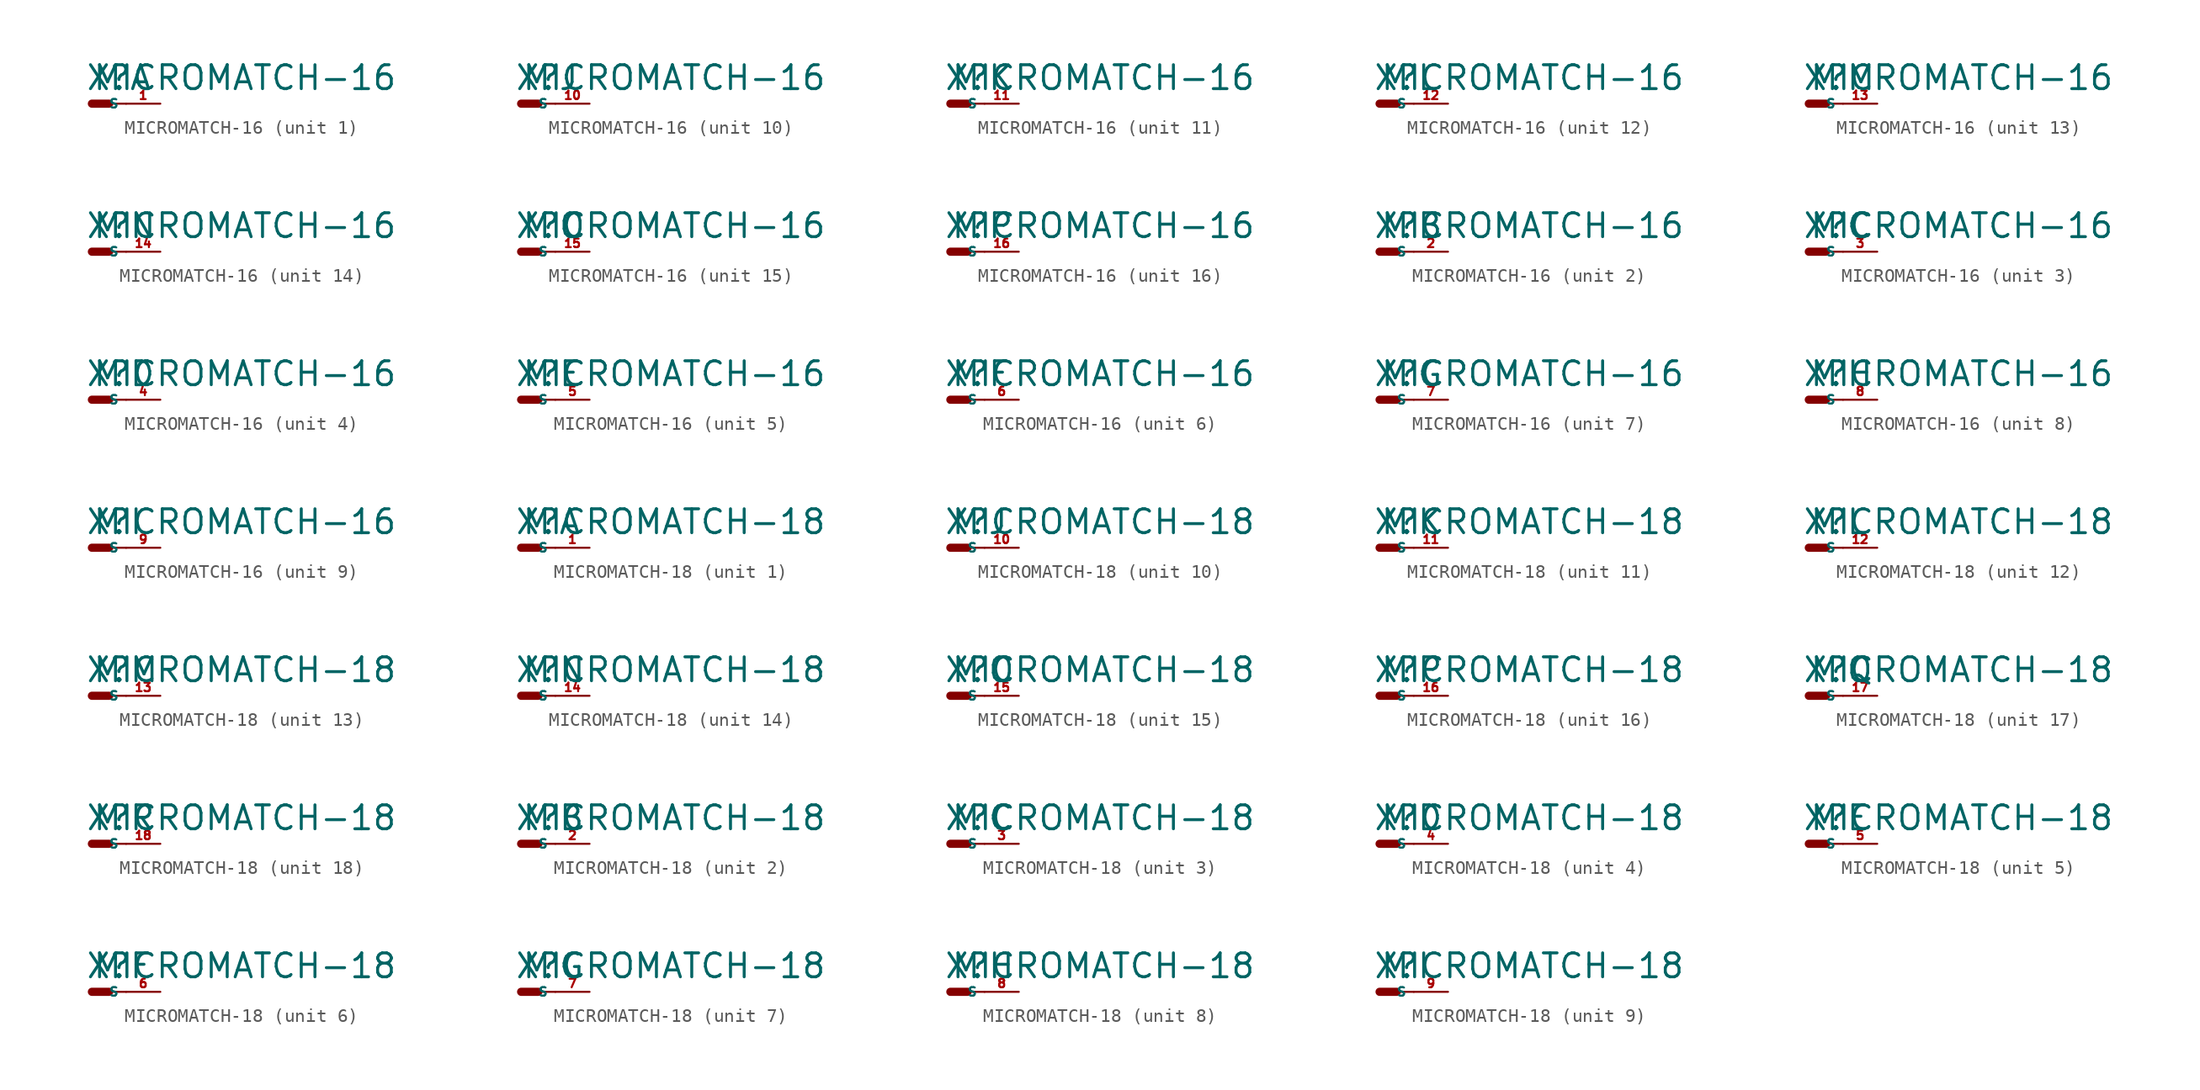
<source format=kicad_sym>
(kicad_symbol_lib
  (version 20220914)
  (generator Eagle2Kicad)
  (symbol "MICROMATCH-16"
    (property "Reference" "X"
      (at -0.508 0.889 0)
      (effects (font (size 1.778 1.778) (thickness 0.22)) (justify left bottom)))
    (property "Value" "MICROMATCH-16"
      (at 0 0.889 0)
      (effects (font (size 1.778 1.778) (thickness 0.22)) (justify left bottom)))
    (symbol "MICROMATCH-16_1_0"
      (polyline (pts (xy 1.27 0) (xy 2.54 0)) (stroke (width 0.152) (type default)) (fill (type none)))
      (polyline (pts (xy 0 0) (xy 1.27 0)) (stroke (width 0.61) (type default)) (fill (type none)))
      (pin passive line (at 5.08 0 180) (length 2.54) (name "S" (effects (font (size 0.635 0.635) (thickness 0.08)) (justify left bottom))) (number "1" (effects (font (size 0.635 0.635) (thickness 0.08)) (justify left bottom)))))
    (symbol "MICROMATCH-16_2_0"
      (polyline (pts (xy 1.27 0) (xy 2.54 0)) (stroke (width 0.152) (type default)) (fill (type none)))
      (polyline (pts (xy 0 0) (xy 1.27 0)) (stroke (width 0.61) (type default)) (fill (type none)))
      (pin passive line (at 5.08 0 180) (length 2.54) (name "S" (effects (font (size 0.635 0.635) (thickness 0.08)) (justify left bottom))) (number "2" (effects (font (size 0.635 0.635) (thickness 0.08)) (justify left bottom)))))
    (symbol "MICROMATCH-16_3_0"
      (polyline (pts (xy 1.27 0) (xy 2.54 0)) (stroke (width 0.152) (type default)) (fill (type none)))
      (polyline (pts (xy 0 0) (xy 1.27 0)) (stroke (width 0.61) (type default)) (fill (type none)))
      (pin passive line (at 5.08 0 180) (length 2.54) (name "S" (effects (font (size 0.635 0.635) (thickness 0.08)) (justify left bottom))) (number "3" (effects (font (size 0.635 0.635) (thickness 0.08)) (justify left bottom)))))
    (symbol "MICROMATCH-16_4_0"
      (polyline (pts (xy 1.27 0) (xy 2.54 0)) (stroke (width 0.152) (type default)) (fill (type none)))
      (polyline (pts (xy 0 0) (xy 1.27 0)) (stroke (width 0.61) (type default)) (fill (type none)))
      (pin passive line (at 5.08 0 180) (length 2.54) (name "S" (effects (font (size 0.635 0.635) (thickness 0.08)) (justify left bottom))) (number "4" (effects (font (size 0.635 0.635) (thickness 0.08)) (justify left bottom)))))
    (symbol "MICROMATCH-16_5_0"
      (polyline (pts (xy 1.27 0) (xy 2.54 0)) (stroke (width 0.152) (type default)) (fill (type none)))
      (polyline (pts (xy 0 0) (xy 1.27 0)) (stroke (width 0.61) (type default)) (fill (type none)))
      (pin passive line (at 5.08 0 180) (length 2.54) (name "S" (effects (font (size 0.635 0.635) (thickness 0.08)) (justify left bottom))) (number "5" (effects (font (size 0.635 0.635) (thickness 0.08)) (justify left bottom)))))
    (symbol "MICROMATCH-16_6_0"
      (polyline (pts (xy 1.27 0) (xy 2.54 0)) (stroke (width 0.152) (type default)) (fill (type none)))
      (polyline (pts (xy 0 0) (xy 1.27 0)) (stroke (width 0.61) (type default)) (fill (type none)))
      (pin passive line (at 5.08 0 180) (length 2.54) (name "S" (effects (font (size 0.635 0.635) (thickness 0.08)) (justify left bottom))) (number "6" (effects (font (size 0.635 0.635) (thickness 0.08)) (justify left bottom)))))
    (symbol "MICROMATCH-16_7_0"
      (polyline (pts (xy 1.27 0) (xy 2.54 0)) (stroke (width 0.152) (type default)) (fill (type none)))
      (polyline (pts (xy 0 0) (xy 1.27 0)) (stroke (width 0.61) (type default)) (fill (type none)))
      (pin passive line (at 5.08 0 180) (length 2.54) (name "S" (effects (font (size 0.635 0.635) (thickness 0.08)) (justify left bottom))) (number "7" (effects (font (size 0.635 0.635) (thickness 0.08)) (justify left bottom)))))
    (symbol "MICROMATCH-16_8_0"
      (polyline (pts (xy 1.27 0) (xy 2.54 0)) (stroke (width 0.152) (type default)) (fill (type none)))
      (polyline (pts (xy 0 0) (xy 1.27 0)) (stroke (width 0.61) (type default)) (fill (type none)))
      (pin passive line (at 5.08 0 180) (length 2.54) (name "S" (effects (font (size 0.635 0.635) (thickness 0.08)) (justify left bottom))) (number "8" (effects (font (size 0.635 0.635) (thickness 0.08)) (justify left bottom)))))
    (symbol "MICROMATCH-16_9_0"
      (polyline (pts (xy 1.27 0) (xy 2.54 0)) (stroke (width 0.152) (type default)) (fill (type none)))
      (polyline (pts (xy 0 0) (xy 1.27 0)) (stroke (width 0.61) (type default)) (fill (type none)))
      (pin passive line (at 5.08 0 180) (length 2.54) (name "S" (effects (font (size 0.635 0.635) (thickness 0.08)) (justify left bottom))) (number "9" (effects (font (size 0.635 0.635) (thickness 0.08)) (justify left bottom)))))
    (symbol "MICROMATCH-16_10_0"
      (polyline (pts (xy 1.27 0) (xy 2.54 0)) (stroke (width 0.152) (type default)) (fill (type none)))
      (polyline (pts (xy 0 0) (xy 1.27 0)) (stroke (width 0.61) (type default)) (fill (type none)))
      (pin passive line (at 5.08 0 180) (length 2.54) (name "S" (effects (font (size 0.635 0.635) (thickness 0.08)) (justify left bottom))) (number "10" (effects (font (size 0.635 0.635) (thickness 0.08)) (justify left bottom)))))
    (symbol "MICROMATCH-16_11_0"
      (polyline (pts (xy 1.27 0) (xy 2.54 0)) (stroke (width 0.152) (type default)) (fill (type none)))
      (polyline (pts (xy 0 0) (xy 1.27 0)) (stroke (width 0.61) (type default)) (fill (type none)))
      (pin passive line (at 5.08 0 180) (length 2.54) (name "S" (effects (font (size 0.635 0.635) (thickness 0.08)) (justify left bottom))) (number "11" (effects (font (size 0.635 0.635) (thickness 0.08)) (justify left bottom)))))
    (symbol "MICROMATCH-16_12_0"
      (polyline (pts (xy 1.27 0) (xy 2.54 0)) (stroke (width 0.152) (type default)) (fill (type none)))
      (polyline (pts (xy 0 0) (xy 1.27 0)) (stroke (width 0.61) (type default)) (fill (type none)))
      (pin passive line (at 5.08 0 180) (length 2.54) (name "S" (effects (font (size 0.635 0.635) (thickness 0.08)) (justify left bottom))) (number "12" (effects (font (size 0.635 0.635) (thickness 0.08)) (justify left bottom)))))
    (symbol "MICROMATCH-16_13_0"
      (polyline (pts (xy 1.27 0) (xy 2.54 0)) (stroke (width 0.152) (type default)) (fill (type none)))
      (polyline (pts (xy 0 0) (xy 1.27 0)) (stroke (width 0.61) (type default)) (fill (type none)))
      (pin passive line (at 5.08 0 180) (length 2.54) (name "S" (effects (font (size 0.635 0.635) (thickness 0.08)) (justify left bottom))) (number "13" (effects (font (size 0.635 0.635) (thickness 0.08)) (justify left bottom)))))
    (symbol "MICROMATCH-16_14_0"
      (polyline (pts (xy 1.27 0) (xy 2.54 0)) (stroke (width 0.152) (type default)) (fill (type none)))
      (polyline (pts (xy 0 0) (xy 1.27 0)) (stroke (width 0.61) (type default)) (fill (type none)))
      (pin passive line (at 5.08 0 180) (length 2.54) (name "S" (effects (font (size 0.635 0.635) (thickness 0.08)) (justify left bottom))) (number "14" (effects (font (size 0.635 0.635) (thickness 0.08)) (justify left bottom)))))
    (symbol "MICROMATCH-16_15_0"
      (polyline (pts (xy 1.27 0) (xy 2.54 0)) (stroke (width 0.152) (type default)) (fill (type none)))
      (polyline (pts (xy 0 0) (xy 1.27 0)) (stroke (width 0.61) (type default)) (fill (type none)))
      (pin passive line (at 5.08 0 180) (length 2.54) (name "S" (effects (font (size 0.635 0.635) (thickness 0.08)) (justify left bottom))) (number "15" (effects (font (size 0.635 0.635) (thickness 0.08)) (justify left bottom)))))
    (symbol "MICROMATCH-16_16_0"
      (polyline (pts (xy 1.27 0) (xy 2.54 0)) (stroke (width 0.152) (type default)) (fill (type none)))
      (polyline (pts (xy 0 0) (xy 1.27 0)) (stroke (width 0.61) (type default)) (fill (type none)))
      (pin passive line (at 5.08 0 180) (length 2.54) (name "S" (effects (font (size 0.635 0.635) (thickness 0.08)) (justify left bottom))) (number "16" (effects (font (size 0.635 0.635) (thickness 0.08)) (justify left bottom))))))
  (symbol "MICROMATCH-18"
    (property "Reference" "X"
      (at -0.508 0.889 0)
      (effects (font (size 1.778 1.778) (thickness 0.22)) (justify left bottom)))
    (property "Value" "MICROMATCH-18"
      (at 0 0.889 0)
      (effects (font (size 1.778 1.778) (thickness 0.22)) (justify left bottom)))
    (symbol "MICROMATCH-18_1_0"
      (polyline (pts (xy 1.27 0) (xy 2.54 0)) (stroke (width 0.152) (type default)) (fill (type none)))
      (polyline (pts (xy 0 0) (xy 1.27 0)) (stroke (width 0.61) (type default)) (fill (type none)))
      (pin passive line (at 5.08 0 180) (length 2.54) (name "S" (effects (font (size 0.635 0.635) (thickness 0.08)) (justify left bottom))) (number "1" (effects (font (size 0.635 0.635) (thickness 0.08)) (justify left bottom)))))
    (symbol "MICROMATCH-18_2_0"
      (polyline (pts (xy 1.27 0) (xy 2.54 0)) (stroke (width 0.152) (type default)) (fill (type none)))
      (polyline (pts (xy 0 0) (xy 1.27 0)) (stroke (width 0.61) (type default)) (fill (type none)))
      (pin passive line (at 5.08 0 180) (length 2.54) (name "S" (effects (font (size 0.635 0.635) (thickness 0.08)) (justify left bottom))) (number "2" (effects (font (size 0.635 0.635) (thickness 0.08)) (justify left bottom)))))
    (symbol "MICROMATCH-18_3_0"
      (polyline (pts (xy 1.27 0) (xy 2.54 0)) (stroke (width 0.152) (type default)) (fill (type none)))
      (polyline (pts (xy 0 0) (xy 1.27 0)) (stroke (width 0.61) (type default)) (fill (type none)))
      (pin passive line (at 5.08 0 180) (length 2.54) (name "S" (effects (font (size 0.635 0.635) (thickness 0.08)) (justify left bottom))) (number "3" (effects (font (size 0.635 0.635) (thickness 0.08)) (justify left bottom)))))
    (symbol "MICROMATCH-18_4_0"
      (polyline (pts (xy 1.27 0) (xy 2.54 0)) (stroke (width 0.152) (type default)) (fill (type none)))
      (polyline (pts (xy 0 0) (xy 1.27 0)) (stroke (width 0.61) (type default)) (fill (type none)))
      (pin passive line (at 5.08 0 180) (length 2.54) (name "S" (effects (font (size 0.635 0.635) (thickness 0.08)) (justify left bottom))) (number "4" (effects (font (size 0.635 0.635) (thickness 0.08)) (justify left bottom)))))
    (symbol "MICROMATCH-18_5_0"
      (polyline (pts (xy 1.27 0) (xy 2.54 0)) (stroke (width 0.152) (type default)) (fill (type none)))
      (polyline (pts (xy 0 0) (xy 1.27 0)) (stroke (width 0.61) (type default)) (fill (type none)))
      (pin passive line (at 5.08 0 180) (length 2.54) (name "S" (effects (font (size 0.635 0.635) (thickness 0.08)) (justify left bottom))) (number "5" (effects (font (size 0.635 0.635) (thickness 0.08)) (justify left bottom)))))
    (symbol "MICROMATCH-18_6_0"
      (polyline (pts (xy 1.27 0) (xy 2.54 0)) (stroke (width 0.152) (type default)) (fill (type none)))
      (polyline (pts (xy 0 0) (xy 1.27 0)) (stroke (width 0.61) (type default)) (fill (type none)))
      (pin passive line (at 5.08 0 180) (length 2.54) (name "S" (effects (font (size 0.635 0.635) (thickness 0.08)) (justify left bottom))) (number "6" (effects (font (size 0.635 0.635) (thickness 0.08)) (justify left bottom)))))
    (symbol "MICROMATCH-18_7_0"
      (polyline (pts (xy 1.27 0) (xy 2.54 0)) (stroke (width 0.152) (type default)) (fill (type none)))
      (polyline (pts (xy 0 0) (xy 1.27 0)) (stroke (width 0.61) (type default)) (fill (type none)))
      (pin passive line (at 5.08 0 180) (length 2.54) (name "S" (effects (font (size 0.635 0.635) (thickness 0.08)) (justify left bottom))) (number "7" (effects (font (size 0.635 0.635) (thickness 0.08)) (justify left bottom)))))
    (symbol "MICROMATCH-18_8_0"
      (polyline (pts (xy 1.27 0) (xy 2.54 0)) (stroke (width 0.152) (type default)) (fill (type none)))
      (polyline (pts (xy 0 0) (xy 1.27 0)) (stroke (width 0.61) (type default)) (fill (type none)))
      (pin passive line (at 5.08 0 180) (length 2.54) (name "S" (effects (font (size 0.635 0.635) (thickness 0.08)) (justify left bottom))) (number "8" (effects (font (size 0.635 0.635) (thickness 0.08)) (justify left bottom)))))
    (symbol "MICROMATCH-18_9_0"
      (polyline (pts (xy 1.27 0) (xy 2.54 0)) (stroke (width 0.152) (type default)) (fill (type none)))
      (polyline (pts (xy 0 0) (xy 1.27 0)) (stroke (width 0.61) (type default)) (fill (type none)))
      (pin passive line (at 5.08 0 180) (length 2.54) (name "S" (effects (font (size 0.635 0.635) (thickness 0.08)) (justify left bottom))) (number "9" (effects (font (size 0.635 0.635) (thickness 0.08)) (justify left bottom)))))
    (symbol "MICROMATCH-18_10_0"
      (polyline (pts (xy 1.27 0) (xy 2.54 0)) (stroke (width 0.152) (type default)) (fill (type none)))
      (polyline (pts (xy 0 0) (xy 1.27 0)) (stroke (width 0.61) (type default)) (fill (type none)))
      (pin passive line (at 5.08 0 180) (length 2.54) (name "S" (effects (font (size 0.635 0.635) (thickness 0.08)) (justify left bottom))) (number "10" (effects (font (size 0.635 0.635) (thickness 0.08)) (justify left bottom)))))
    (symbol "MICROMATCH-18_11_0"
      (polyline (pts (xy 1.27 0) (xy 2.54 0)) (stroke (width 0.152) (type default)) (fill (type none)))
      (polyline (pts (xy 0 0) (xy 1.27 0)) (stroke (width 0.61) (type default)) (fill (type none)))
      (pin passive line (at 5.08 0 180) (length 2.54) (name "S" (effects (font (size 0.635 0.635) (thickness 0.08)) (justify left bottom))) (number "11" (effects (font (size 0.635 0.635) (thickness 0.08)) (justify left bottom)))))
    (symbol "MICROMATCH-18_12_0"
      (polyline (pts (xy 1.27 0) (xy 2.54 0)) (stroke (width 0.152) (type default)) (fill (type none)))
      (polyline (pts (xy 0 0) (xy 1.27 0)) (stroke (width 0.61) (type default)) (fill (type none)))
      (pin passive line (at 5.08 0 180) (length 2.54) (name "S" (effects (font (size 0.635 0.635) (thickness 0.08)) (justify left bottom))) (number "12" (effects (font (size 0.635 0.635) (thickness 0.08)) (justify left bottom)))))
    (symbol "MICROMATCH-18_13_0"
      (polyline (pts (xy 1.27 0) (xy 2.54 0)) (stroke (width 0.152) (type default)) (fill (type none)))
      (polyline (pts (xy 0 0) (xy 1.27 0)) (stroke (width 0.61) (type default)) (fill (type none)))
      (pin passive line (at 5.08 0 180) (length 2.54) (name "S" (effects (font (size 0.635 0.635) (thickness 0.08)) (justify left bottom))) (number "13" (effects (font (size 0.635 0.635) (thickness 0.08)) (justify left bottom)))))
    (symbol "MICROMATCH-18_14_0"
      (polyline (pts (xy 1.27 0) (xy 2.54 0)) (stroke (width 0.152) (type default)) (fill (type none)))
      (polyline (pts (xy 0 0) (xy 1.27 0)) (stroke (width 0.61) (type default)) (fill (type none)))
      (pin passive line (at 5.08 0 180) (length 2.54) (name "S" (effects (font (size 0.635 0.635) (thickness 0.08)) (justify left bottom))) (number "14" (effects (font (size 0.635 0.635) (thickness 0.08)) (justify left bottom)))))
    (symbol "MICROMATCH-18_15_0"
      (polyline (pts (xy 1.27 0) (xy 2.54 0)) (stroke (width 0.152) (type default)) (fill (type none)))
      (polyline (pts (xy 0 0) (xy 1.27 0)) (stroke (width 0.61) (type default)) (fill (type none)))
      (pin passive line (at 5.08 0 180) (length 2.54) (name "S" (effects (font (size 0.635 0.635) (thickness 0.08)) (justify left bottom))) (number "15" (effects (font (size 0.635 0.635) (thickness 0.08)) (justify left bottom)))))
    (symbol "MICROMATCH-18_16_0"
      (polyline (pts (xy 1.27 0) (xy 2.54 0)) (stroke (width 0.152) (type default)) (fill (type none)))
      (polyline (pts (xy 0 0) (xy 1.27 0)) (stroke (width 0.61) (type default)) (fill (type none)))
      (pin passive line (at 5.08 0 180) (length 2.54) (name "S" (effects (font (size 0.635 0.635) (thickness 0.08)) (justify left bottom))) (number "16" (effects (font (size 0.635 0.635) (thickness 0.08)) (justify left bottom)))))
    (symbol "MICROMATCH-18_17_0"
      (polyline (pts (xy 1.27 0) (xy 2.54 0)) (stroke (width 0.152) (type default)) (fill (type none)))
      (polyline (pts (xy 0 0) (xy 1.27 0)) (stroke (width 0.61) (type default)) (fill (type none)))
      (pin passive line (at 5.08 0 180) (length 2.54) (name "S" (effects (font (size 0.635 0.635) (thickness 0.08)) (justify left bottom))) (number "17" (effects (font (size 0.635 0.635) (thickness 0.08)) (justify left bottom)))))
    (symbol "MICROMATCH-18_18_0"
      (polyline (pts (xy 1.27 0) (xy 2.54 0)) (stroke (width 0.152) (type default)) (fill (type none)))
      (polyline (pts (xy 0 0) (xy 1.27 0)) (stroke (width 0.61) (type default)) (fill (type none)))
      (pin passive line (at 5.08 0 180) (length 2.54) (name "S" (effects (font (size 0.635 0.635) (thickness 0.08)) (justify left bottom))) (number "18" (effects (font (size 0.635 0.635) (thickness 0.08)) (justify left bottom)))))))
</source>
